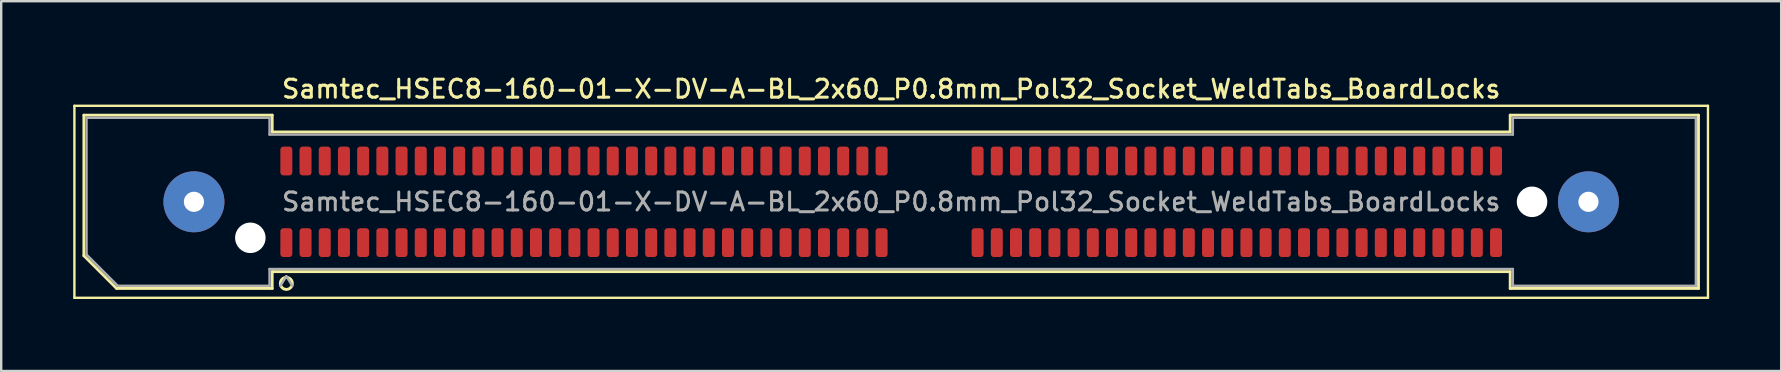
<source format=kicad_pcb>
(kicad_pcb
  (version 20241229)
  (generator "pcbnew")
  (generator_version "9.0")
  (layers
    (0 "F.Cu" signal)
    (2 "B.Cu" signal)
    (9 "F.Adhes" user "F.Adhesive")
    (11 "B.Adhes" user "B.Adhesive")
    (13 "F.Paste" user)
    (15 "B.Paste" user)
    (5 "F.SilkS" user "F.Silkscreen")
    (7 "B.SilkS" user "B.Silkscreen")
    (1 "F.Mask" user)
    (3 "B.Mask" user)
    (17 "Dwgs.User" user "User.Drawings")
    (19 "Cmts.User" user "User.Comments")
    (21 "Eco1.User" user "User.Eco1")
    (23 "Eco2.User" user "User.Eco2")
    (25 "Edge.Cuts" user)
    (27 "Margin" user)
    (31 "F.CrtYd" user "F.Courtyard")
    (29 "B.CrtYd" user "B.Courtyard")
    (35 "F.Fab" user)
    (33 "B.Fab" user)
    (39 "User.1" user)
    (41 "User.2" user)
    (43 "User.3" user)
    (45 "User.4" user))
  (footprint "Samtec_HSEC8-160-01-X-DV-A-BL_2x60_P0.8mm_Pol32_Socket_WeldTabs_BoardLocks"
    (layer "F.Cu")
    (at 34.08 5.358)
    (property "Reference" "Samtec_HSEC8-160-01-X-DV-A-BL_2x60_P0.8mm_Pol32_Socket_WeldTabs_BoardLocks" (at 0 -4.7 0) (layer "F.SilkS") (effects (font (size 0.75 0.75) (thickness 0.125))))
    (attr smd)
    (fp_line (start -34.03 -4) (end -34.03 4) (stroke (width 0.1) (type solid)) (layer "F.SilkS"))
    (fp_line (start -34.03 4) (end 34.03 4) (stroke (width 0.1) (type solid)) (layer "F.SilkS"))
    (fp_line (start -33.635 -3.61) (end -25.79 -3.61) (stroke (width 0.12) (type solid)) (layer "F.SilkS"))
    (fp_line (start -33.635 2.246) (end -33.635 -3.61) (stroke (width 0.12) (type solid)) (layer "F.SilkS"))
    (fp_line (start -32.271 3.61) (end -33.635 2.246) (stroke (width 0.12) (type solid)) (layer "F.SilkS"))
    (fp_line (start -25.79 -3.61) (end -25.79 -2.91) (stroke (width 0.12) (type solid)) (layer "F.SilkS"))
    (fp_line (start -25.79 -2.91) (end 25.79 -2.91) (stroke (width 0.12) (type solid)) (layer "F.SilkS"))
    (fp_line (start -25.79 2.91) (end -25.79 3.61) (stroke (width 0.12) (type solid)) (layer "F.SilkS"))
    (fp_line (start -25.79 3.61) (end -32.271 3.61) (stroke (width 0.12) (type solid)) (layer "F.SilkS"))
    (fp_line (start 25.79 -3.61) (end 33.635 -3.61) (stroke (width 0.12) (type solid)) (layer "F.SilkS"))
    (fp_line (start 25.79 -2.91) (end 25.79 -3.61) (stroke (width 0.12) (type solid)) (layer "F.SilkS"))
    (fp_line (start 25.79 2.91) (end -25.79 2.91) (stroke (width 0.12) (type solid)) (layer "F.SilkS"))
    (fp_line (start 25.79 3.61) (end 25.79 2.91) (stroke (width 0.12) (type solid)) (layer "F.SilkS"))
    (fp_line (start 33.635 -3.61) (end 33.635 3.61) (stroke (width 0.12) (type solid)) (layer "F.SilkS"))
    (fp_line (start 33.635 3.61) (end 25.79 3.61) (stroke (width 0.12) (type solid)) (layer "F.SilkS"))
    (fp_line (start 34.03 -4) (end -34.03 -4) (stroke (width 0.1) (type solid)) (layer "F.SilkS"))
    (fp_line (start 34.03 4) (end 34.03 -4) (stroke (width 0.1) (type solid)) (layer "F.SilkS"))
    (fp_circle (center -25.2 3.4) (end -24.95 3.4) (stroke (width 0.12) (type solid)) (fill no) (layer "F.SilkS"))
    (fp_line (start -33.525 -3.5) (end -25.9 -3.5) (stroke (width 0.1) (type solid)) (layer "F.Fab"))
    (fp_line (start -33.525 2.2) (end -33.525 -3.5) (stroke (width 0.1) (type solid)) (layer "F.Fab"))
    (fp_line (start -32.225 3.5) (end -33.525 2.2) (stroke (width 0.1) (type solid)) (layer "F.Fab"))
    (fp_line (start -25.9 -3.5) (end -25.9 -2.8) (stroke (width 0.1) (type solid)) (layer "F.Fab"))
    (fp_line (start -25.9 -2.8) (end 25.9 -2.8) (stroke (width 0.1) (type solid)) (layer "F.Fab"))
    (fp_line (start -25.9 2.8) (end -25.9 3.5) (stroke (width 0.1) (type solid)) (layer "F.Fab"))
    (fp_line (start -25.9 3.5) (end -32.225 3.5) (stroke (width 0.1) (type solid)) (layer "F.Fab"))
    (fp_line (start -25.2 3.1) (end -25.45 3.5) (stroke (width 0.1) (type solid)) (layer "F.Fab"))
    (fp_line (start -25.2 3.1) (end -24.95 3.5) (stroke (width 0.1) (type solid)) (layer "F.Fab"))
    (fp_line (start 25.9 -3.5) (end 33.525 -3.5) (stroke (width 0.1) (type solid)) (layer "F.Fab"))
    (fp_line (start 25.9 -2.8) (end 25.9 -3.5) (stroke (width 0.1) (type solid)) (layer "F.Fab"))
    (fp_line (start 25.9 2.8) (end -25.9 2.8) (stroke (width 0.1) (type solid)) (layer "F.Fab"))
    (fp_line (start 25.9 3.5) (end 25.9 2.8) (stroke (width 0.1) (type solid)) (layer "F.Fab"))
    (fp_line (start 33.525 -3.5) (end 33.525 3.5) (stroke (width 0.1) (type solid)) (layer "F.Fab"))
    (fp_line (start 33.525 3.5) (end 25.9 3.5) (stroke (width 0.1) (type solid)) (layer "F.Fab"))
    (fp_text user "${REFERENCE}" (at 0 0 0) (layer "F.Fab") (effects (font (size 0.75 0.75) (thickness 0.125))))
    (pad "" thru_hole circle (at -29.05 0) (size 2.54 2.54) (drill 0.84) (layers "*.Cu" "*.Mask" "F.Paste"))
    (pad "" np_thru_hole circle (at -26.7 1.5) (size 1.27 1.27) (drill 1.27) (layers "*.Cu" "*.Mask"))
    (pad "" np_thru_hole circle (at 26.7 0) (size 1.27 1.27) (drill 1.27) (layers "*.Cu" "*.Mask"))
    (pad "" thru_hole circle (at 29.05 0) (size 2.54 2.54) (drill 0.84) (layers "*.Cu" "*.Mask" "F.Paste"))
    (pad "1" smd roundrect (at -25.2 1.7) (size 0.5 1.2) (layers "F.Cu" "F.Mask" "F.Paste") (roundrect_rratio 0.25))
    (pad "2" smd roundrect (at -25.2 -1.7) (size 0.5 1.2) (layers "F.Cu" "F.Mask" "F.Paste") (roundrect_rratio 0.25))
    (pad "3" smd roundrect (at -24.4 1.7) (size 0.5 1.2) (layers "F.Cu" "F.Mask" "F.Paste") (roundrect_rratio 0.25))
    (pad "4" smd roundrect (at -24.4 -1.7) (size 0.5 1.2) (layers "F.Cu" "F.Mask" "F.Paste") (roundrect_rratio 0.25))
    (pad "5" smd roundrect (at -23.6 1.7) (size 0.5 1.2) (layers "F.Cu" "F.Mask" "F.Paste") (roundrect_rratio 0.25))
    (pad "6" smd roundrect (at -23.6 -1.7) (size 0.5 1.2) (layers "F.Cu" "F.Mask" "F.Paste") (roundrect_rratio 0.25))
    (pad "7" smd roundrect (at -22.8 1.7) (size 0.5 1.2) (layers "F.Cu" "F.Mask" "F.Paste") (roundrect_rratio 0.25))
    (pad "8" smd roundrect (at -22.8 -1.7) (size 0.5 1.2) (layers "F.Cu" "F.Mask" "F.Paste") (roundrect_rratio 0.25))
    (pad "9" smd roundrect (at -22 1.7) (size 0.5 1.2) (layers "F.Cu" "F.Mask" "F.Paste") (roundrect_rratio 0.25))
    (pad "10" smd roundrect (at -22 -1.7) (size 0.5 1.2) (layers "F.Cu" "F.Mask" "F.Paste") (roundrect_rratio 0.25))
    (pad "11" smd roundrect (at -21.2 1.7) (size 0.5 1.2) (layers "F.Cu" "F.Mask" "F.Paste") (roundrect_rratio 0.25))
    (pad "12" smd roundrect (at -21.2 -1.7) (size 0.5 1.2) (layers "F.Cu" "F.Mask" "F.Paste") (roundrect_rratio 0.25))
    (pad "13" smd roundrect (at -20.4 1.7) (size 0.5 1.2) (layers "F.Cu" "F.Mask" "F.Paste") (roundrect_rratio 0.25))
    (pad "14" smd roundrect (at -20.4 -1.7) (size 0.5 1.2) (layers "F.Cu" "F.Mask" "F.Paste") (roundrect_rratio 0.25))
    (pad "15" smd roundrect (at -19.6 1.7) (size 0.5 1.2) (layers "F.Cu" "F.Mask" "F.Paste") (roundrect_rratio 0.25))
    (pad "16" smd roundrect (at -19.6 -1.7) (size 0.5 1.2) (layers "F.Cu" "F.Mask" "F.Paste") (roundrect_rratio 0.25))
    (pad "17" smd roundrect (at -18.8 1.7) (size 0.5 1.2) (layers "F.Cu" "F.Mask" "F.Paste") (roundrect_rratio 0.25))
    (pad "18" smd roundrect (at -18.8 -1.7) (size 0.5 1.2) (layers "F.Cu" "F.Mask" "F.Paste") (roundrect_rratio 0.25))
    (pad "19" smd roundrect (at -18 1.7) (size 0.5 1.2) (layers "F.Cu" "F.Mask" "F.Paste") (roundrect_rratio 0.25))
    (pad "20" smd roundrect (at -18 -1.7) (size 0.5 1.2) (layers "F.Cu" "F.Mask" "F.Paste") (roundrect_rratio 0.25))
    (pad "21" smd roundrect (at -17.2 1.7) (size 0.5 1.2) (layers "F.Cu" "F.Mask" "F.Paste") (roundrect_rratio 0.25))
    (pad "22" smd roundrect (at -17.2 -1.7) (size 0.5 1.2) (layers "F.Cu" "F.Mask" "F.Paste") (roundrect_rratio 0.25))
    (pad "23" smd roundrect (at -16.4 1.7) (size 0.5 1.2) (layers "F.Cu" "F.Mask" "F.Paste") (roundrect_rratio 0.25))
    (pad "24" smd roundrect (at -16.4 -1.7) (size 0.5 1.2) (layers "F.Cu" "F.Mask" "F.Paste") (roundrect_rratio 0.25))
    (pad "25" smd roundrect (at -15.6 1.7) (size 0.5 1.2) (layers "F.Cu" "F.Mask" "F.Paste") (roundrect_rratio 0.25))
    (pad "26" smd roundrect (at -15.6 -1.7) (size 0.5 1.2) (layers "F.Cu" "F.Mask" "F.Paste") (roundrect_rratio 0.25))
    (pad "27" smd roundrect (at -14.8 1.7) (size 0.5 1.2) (layers "F.Cu" "F.Mask" "F.Paste") (roundrect_rratio 0.25))
    (pad "28" smd roundrect (at -14.8 -1.7) (size 0.5 1.2) (layers "F.Cu" "F.Mask" "F.Paste") (roundrect_rratio 0.25))
    (pad "29" smd roundrect (at -14 1.7) (size 0.5 1.2) (layers "F.Cu" "F.Mask" "F.Paste") (roundrect_rratio 0.25))
    (pad "30" smd roundrect (at -14 -1.7) (size 0.5 1.2) (layers "F.Cu" "F.Mask" "F.Paste") (roundrect_rratio 0.25))
    (pad "31" smd roundrect (at -13.2 1.7) (size 0.5 1.2) (layers "F.Cu" "F.Mask" "F.Paste") (roundrect_rratio 0.25))
    (pad "32" smd roundrect (at -13.2 -1.7) (size 0.5 1.2) (layers "F.Cu" "F.Mask" "F.Paste") (roundrect_rratio 0.25))
    (pad "33" smd roundrect (at -12.4 1.7) (size 0.5 1.2) (layers "F.Cu" "F.Mask" "F.Paste") (roundrect_rratio 0.25))
    (pad "34" smd roundrect (at -12.4 -1.7) (size 0.5 1.2) (layers "F.Cu" "F.Mask" "F.Paste") (roundrect_rratio 0.25))
    (pad "35" smd roundrect (at -11.6 1.7) (size 0.5 1.2) (layers "F.Cu" "F.Mask" "F.Paste") (roundrect_rratio 0.25))
    (pad "36" smd roundrect (at -11.6 -1.7) (size 0.5 1.2) (layers "F.Cu" "F.Mask" "F.Paste") (roundrect_rratio 0.25))
    (pad "37" smd roundrect (at -10.8 1.7) (size 0.5 1.2) (layers "F.Cu" "F.Mask" "F.Paste") (roundrect_rratio 0.25))
    (pad "38" smd roundrect (at -10.8 -1.7) (size 0.5 1.2) (layers "F.Cu" "F.Mask" "F.Paste") (roundrect_rratio 0.25))
    (pad "39" smd roundrect (at -10 1.7) (size 0.5 1.2) (layers "F.Cu" "F.Mask" "F.Paste") (roundrect_rratio 0.25))
    (pad "40" smd roundrect (at -10 -1.7) (size 0.5 1.2) (layers "F.Cu" "F.Mask" "F.Paste") (roundrect_rratio 0.25))
    (pad "41" smd roundrect (at -9.2 1.7) (size 0.5 1.2) (layers "F.Cu" "F.Mask" "F.Paste") (roundrect_rratio 0.25))
    (pad "42" smd roundrect (at -9.2 -1.7) (size 0.5 1.2) (layers "F.Cu" "F.Mask" "F.Paste") (roundrect_rratio 0.25))
    (pad "43" smd roundrect (at -8.4 1.7) (size 0.5 1.2) (layers "F.Cu" "F.Mask" "F.Paste") (roundrect_rratio 0.25))
    (pad "44" smd roundrect (at -8.4 -1.7) (size 0.5 1.2) (layers "F.Cu" "F.Mask" "F.Paste") (roundrect_rratio 0.25))
    (pad "45" smd roundrect (at -7.6 1.7) (size 0.5 1.2) (layers "F.Cu" "F.Mask" "F.Paste") (roundrect_rratio 0.25))
    (pad "46" smd roundrect (at -7.6 -1.7) (size 0.5 1.2) (layers "F.Cu" "F.Mask" "F.Paste") (roundrect_rratio 0.25))
    (pad "47" smd roundrect (at -6.8 1.7) (size 0.5 1.2) (layers "F.Cu" "F.Mask" "F.Paste") (roundrect_rratio 0.25))
    (pad "48" smd roundrect (at -6.8 -1.7) (size 0.5 1.2) (layers "F.Cu" "F.Mask" "F.Paste") (roundrect_rratio 0.25))
    (pad "49" smd roundrect (at -6 1.7) (size 0.5 1.2) (layers "F.Cu" "F.Mask" "F.Paste") (roundrect_rratio 0.25))
    (pad "50" smd roundrect (at -6 -1.7) (size 0.5 1.2) (layers "F.Cu" "F.Mask" "F.Paste") (roundrect_rratio 0.25))
    (pad "51" smd roundrect (at -5.2 1.7) (size 0.5 1.2) (layers "F.Cu" "F.Mask" "F.Paste") (roundrect_rratio 0.25))
    (pad "52" smd roundrect (at -5.2 -1.7) (size 0.5 1.2) (layers "F.Cu" "F.Mask" "F.Paste") (roundrect_rratio 0.25))
    (pad "53" smd roundrect (at -4.4 1.7) (size 0.5 1.2) (layers "F.Cu" "F.Mask" "F.Paste") (roundrect_rratio 0.25))
    (pad "54" smd roundrect (at -4.4 -1.7) (size 0.5 1.2) (layers "F.Cu" "F.Mask" "F.Paste") (roundrect_rratio 0.25))
    (pad "55" smd roundrect (at -3.6 1.7) (size 0.5 1.2) (layers "F.Cu" "F.Mask" "F.Paste") (roundrect_rratio 0.25))
    (pad "56" smd roundrect (at -3.6 -1.7) (size 0.5 1.2) (layers "F.Cu" "F.Mask" "F.Paste") (roundrect_rratio 0.25))
    (pad "57" smd roundrect (at -2.8 1.7) (size 0.5 1.2) (layers "F.Cu" "F.Mask" "F.Paste") (roundrect_rratio 0.25))
    (pad "58" smd roundrect (at -2.8 -1.7) (size 0.5 1.2) (layers "F.Cu" "F.Mask" "F.Paste") (roundrect_rratio 0.25))
    (pad "59" smd roundrect (at -2 1.7) (size 0.5 1.2) (layers "F.Cu" "F.Mask" "F.Paste") (roundrect_rratio 0.25))
    (pad "60" smd roundrect (at -2 -1.7) (size 0.5 1.2) (layers "F.Cu" "F.Mask" "F.Paste") (roundrect_rratio 0.25))
    (pad "61" smd roundrect (at -1.2 1.7) (size 0.5 1.2) (layers "F.Cu" "F.Mask" "F.Paste") (roundrect_rratio 0.25))
    (pad "62" smd roundrect (at -1.2 -1.7) (size 0.5 1.2) (layers "F.Cu" "F.Mask" "F.Paste") (roundrect_rratio 0.25))
    (pad "63" smd roundrect (at -0.4 1.7) (size 0.5 1.2) (layers "F.Cu" "F.Mask" "F.Paste") (roundrect_rratio 0.25))
    (pad "64" smd roundrect (at -0.4 -1.7) (size 0.5 1.2) (layers "F.Cu" "F.Mask" "F.Paste") (roundrect_rratio 0.25))
    (pad "65" smd roundrect (at 3.6 1.7) (size 0.5 1.2) (layers "F.Cu" "F.Mask" "F.Paste") (roundrect_rratio 0.25))
    (pad "66" smd roundrect (at 3.6 -1.7) (size 0.5 1.2) (layers "F.Cu" "F.Mask" "F.Paste") (roundrect_rratio 0.25))
    (pad "67" smd roundrect (at 4.4 1.7) (size 0.5 1.2) (layers "F.Cu" "F.Mask" "F.Paste") (roundrect_rratio 0.25))
    (pad "68" smd roundrect (at 4.4 -1.7) (size 0.5 1.2) (layers "F.Cu" "F.Mask" "F.Paste") (roundrect_rratio 0.25))
    (pad "69" smd roundrect (at 5.2 1.7) (size 0.5 1.2) (layers "F.Cu" "F.Mask" "F.Paste") (roundrect_rratio 0.25))
    (pad "70" smd roundrect (at 5.2 -1.7) (size 0.5 1.2) (layers "F.Cu" "F.Mask" "F.Paste") (roundrect_rratio 0.25))
    (pad "71" smd roundrect (at 6 1.7) (size 0.5 1.2) (layers "F.Cu" "F.Mask" "F.Paste") (roundrect_rratio 0.25))
    (pad "72" smd roundrect (at 6 -1.7) (size 0.5 1.2) (layers "F.Cu" "F.Mask" "F.Paste") (roundrect_rratio 0.25))
    (pad "73" smd roundrect (at 6.8 1.7) (size 0.5 1.2) (layers "F.Cu" "F.Mask" "F.Paste") (roundrect_rratio 0.25))
    (pad "74" smd roundrect (at 6.8 -1.7) (size 0.5 1.2) (layers "F.Cu" "F.Mask" "F.Paste") (roundrect_rratio 0.25))
    (pad "75" smd roundrect (at 7.6 1.7) (size 0.5 1.2) (layers "F.Cu" "F.Mask" "F.Paste") (roundrect_rratio 0.25))
    (pad "76" smd roundrect (at 7.6 -1.7) (size 0.5 1.2) (layers "F.Cu" "F.Mask" "F.Paste") (roundrect_rratio 0.25))
    (pad "77" smd roundrect (at 8.4 1.7) (size 0.5 1.2) (layers "F.Cu" "F.Mask" "F.Paste") (roundrect_rratio 0.25))
    (pad "78" smd roundrect (at 8.4 -1.7) (size 0.5 1.2) (layers "F.Cu" "F.Mask" "F.Paste") (roundrect_rratio 0.25))
    (pad "79" smd roundrect (at 9.2 1.7) (size 0.5 1.2) (layers "F.Cu" "F.Mask" "F.Paste") (roundrect_rratio 0.25))
    (pad "80" smd roundrect (at 9.2 -1.7) (size 0.5 1.2) (layers "F.Cu" "F.Mask" "F.Paste") (roundrect_rratio 0.25))
    (pad "81" smd roundrect (at 10 1.7) (size 0.5 1.2) (layers "F.Cu" "F.Mask" "F.Paste") (roundrect_rratio 0.25))
    (pad "82" smd roundrect (at 10 -1.7) (size 0.5 1.2) (layers "F.Cu" "F.Mask" "F.Paste") (roundrect_rratio 0.25))
    (pad "83" smd roundrect (at 10.8 1.7) (size 0.5 1.2) (layers "F.Cu" "F.Mask" "F.Paste") (roundrect_rratio 0.25))
    (pad "84" smd roundrect (at 10.8 -1.7) (size 0.5 1.2) (layers "F.Cu" "F.Mask" "F.Paste") (roundrect_rratio 0.25))
    (pad "85" smd roundrect (at 11.6 1.7) (size 0.5 1.2) (layers "F.Cu" "F.Mask" "F.Paste") (roundrect_rratio 0.25))
    (pad "86" smd roundrect (at 11.6 -1.7) (size 0.5 1.2) (layers "F.Cu" "F.Mask" "F.Paste") (roundrect_rratio 0.25))
    (pad "87" smd roundrect (at 12.4 1.7) (size 0.5 1.2) (layers "F.Cu" "F.Mask" "F.Paste") (roundrect_rratio 0.25))
    (pad "88" smd roundrect (at 12.4 -1.7) (size 0.5 1.2) (layers "F.Cu" "F.Mask" "F.Paste") (roundrect_rratio 0.25))
    (pad "89" smd roundrect (at 13.2 1.7) (size 0.5 1.2) (layers "F.Cu" "F.Mask" "F.Paste") (roundrect_rratio 0.25))
    (pad "90" smd roundrect (at 13.2 -1.7) (size 0.5 1.2) (layers "F.Cu" "F.Mask" "F.Paste") (roundrect_rratio 0.25))
    (pad "91" smd roundrect (at 14 1.7) (size 0.5 1.2) (layers "F.Cu" "F.Mask" "F.Paste") (roundrect_rratio 0.25))
    (pad "92" smd roundrect (at 14 -1.7) (size 0.5 1.2) (layers "F.Cu" "F.Mask" "F.Paste") (roundrect_rratio 0.25))
    (pad "93" smd roundrect (at 14.8 1.7) (size 0.5 1.2) (layers "F.Cu" "F.Mask" "F.Paste") (roundrect_rratio 0.25))
    (pad "94" smd roundrect (at 14.8 -1.7) (size 0.5 1.2) (layers "F.Cu" "F.Mask" "F.Paste") (roundrect_rratio 0.25))
    (pad "95" smd roundrect (at 15.6 1.7) (size 0.5 1.2) (layers "F.Cu" "F.Mask" "F.Paste") (roundrect_rratio 0.25))
    (pad "96" smd roundrect (at 15.6 -1.7) (size 0.5 1.2) (layers "F.Cu" "F.Mask" "F.Paste") (roundrect_rratio 0.25))
    (pad "97" smd roundrect (at 16.4 1.7) (size 0.5 1.2) (layers "F.Cu" "F.Mask" "F.Paste") (roundrect_rratio 0.25))
    (pad "98" smd roundrect (at 16.4 -1.7) (size 0.5 1.2) (layers "F.Cu" "F.Mask" "F.Paste") (roundrect_rratio 0.25))
    (pad "99" smd roundrect (at 17.2 1.7) (size 0.5 1.2) (layers "F.Cu" "F.Mask" "F.Paste") (roundrect_rratio 0.25))
    (pad "100" smd roundrect (at 17.2 -1.7) (size 0.5 1.2) (layers "F.Cu" "F.Mask" "F.Paste") (roundrect_rratio 0.25))
    (pad "101" smd roundrect (at 18 1.7) (size 0.5 1.2) (layers "F.Cu" "F.Mask" "F.Paste") (roundrect_rratio 0.25))
    (pad "102" smd roundrect (at 18 -1.7) (size 0.5 1.2) (layers "F.Cu" "F.Mask" "F.Paste") (roundrect_rratio 0.25))
    (pad "103" smd roundrect (at 18.8 1.7) (size 0.5 1.2) (layers "F.Cu" "F.Mask" "F.Paste") (roundrect_rratio 0.25))
    (pad "104" smd roundrect (at 18.8 -1.7) (size 0.5 1.2) (layers "F.Cu" "F.Mask" "F.Paste") (roundrect_rratio 0.25))
    (pad "105" smd roundrect (at 19.6 1.7) (size 0.5 1.2) (layers "F.Cu" "F.Mask" "F.Paste") (roundrect_rratio 0.25))
    (pad "106" smd roundrect (at 19.6 -1.7) (size 0.5 1.2) (layers "F.Cu" "F.Mask" "F.Paste") (roundrect_rratio 0.25))
    (pad "107" smd roundrect (at 20.4 1.7) (size 0.5 1.2) (layers "F.Cu" "F.Mask" "F.Paste") (roundrect_rratio 0.25))
    (pad "108" smd roundrect (at 20.4 -1.7) (size 0.5 1.2) (layers "F.Cu" "F.Mask" "F.Paste") (roundrect_rratio 0.25))
    (pad "109" smd roundrect (at 21.2 1.7) (size 0.5 1.2) (layers "F.Cu" "F.Mask" "F.Paste") (roundrect_rratio 0.25))
    (pad "110" smd roundrect (at 21.2 -1.7) (size 0.5 1.2) (layers "F.Cu" "F.Mask" "F.Paste") (roundrect_rratio 0.25))
    (pad "111" smd roundrect (at 22 1.7) (size 0.5 1.2) (layers "F.Cu" "F.Mask" "F.Paste") (roundrect_rratio 0.25))
    (pad "112" smd roundrect (at 22 -1.7) (size 0.5 1.2) (layers "F.Cu" "F.Mask" "F.Paste") (roundrect_rratio 0.25))
    (pad "113" smd roundrect (at 22.8 1.7) (size 0.5 1.2) (layers "F.Cu" "F.Mask" "F.Paste") (roundrect_rratio 0.25))
    (pad "114" smd roundrect (at 22.8 -1.7) (size 0.5 1.2) (layers "F.Cu" "F.Mask" "F.Paste") (roundrect_rratio 0.25))
    (pad "115" smd roundrect (at 23.6 1.7) (size 0.5 1.2) (layers "F.Cu" "F.Mask" "F.Paste") (roundrect_rratio 0.25))
    (pad "116" smd roundrect (at 23.6 -1.7) (size 0.5 1.2) (layers "F.Cu" "F.Mask" "F.Paste") (roundrect_rratio 0.25))
    (pad "117" smd roundrect (at 24.4 1.7) (size 0.5 1.2) (layers "F.Cu" "F.Mask" "F.Paste") (roundrect_rratio 0.25))
    (pad "118" smd roundrect (at 24.4 -1.7) (size 0.5 1.2) (layers "F.Cu" "F.Mask" "F.Paste") (roundrect_rratio 0.25))
    (pad "119" smd roundrect (at 25.2 1.7) (size 0.5 1.2) (layers "F.Cu" "F.Mask" "F.Paste") (roundrect_rratio 0.25))
    (pad "120" smd roundrect (at 25.2 -1.7) (size 0.5 1.2) (layers "F.Cu" "F.Mask" "F.Paste") (roundrect_rratio 0.25)))
  (gr_rect
    (start -3 -3)
    (end 71.16 12.408)
    (stroke (width 0.1) (type default))
    (fill no)
    (layer "Edge.Cuts")))
</source>
